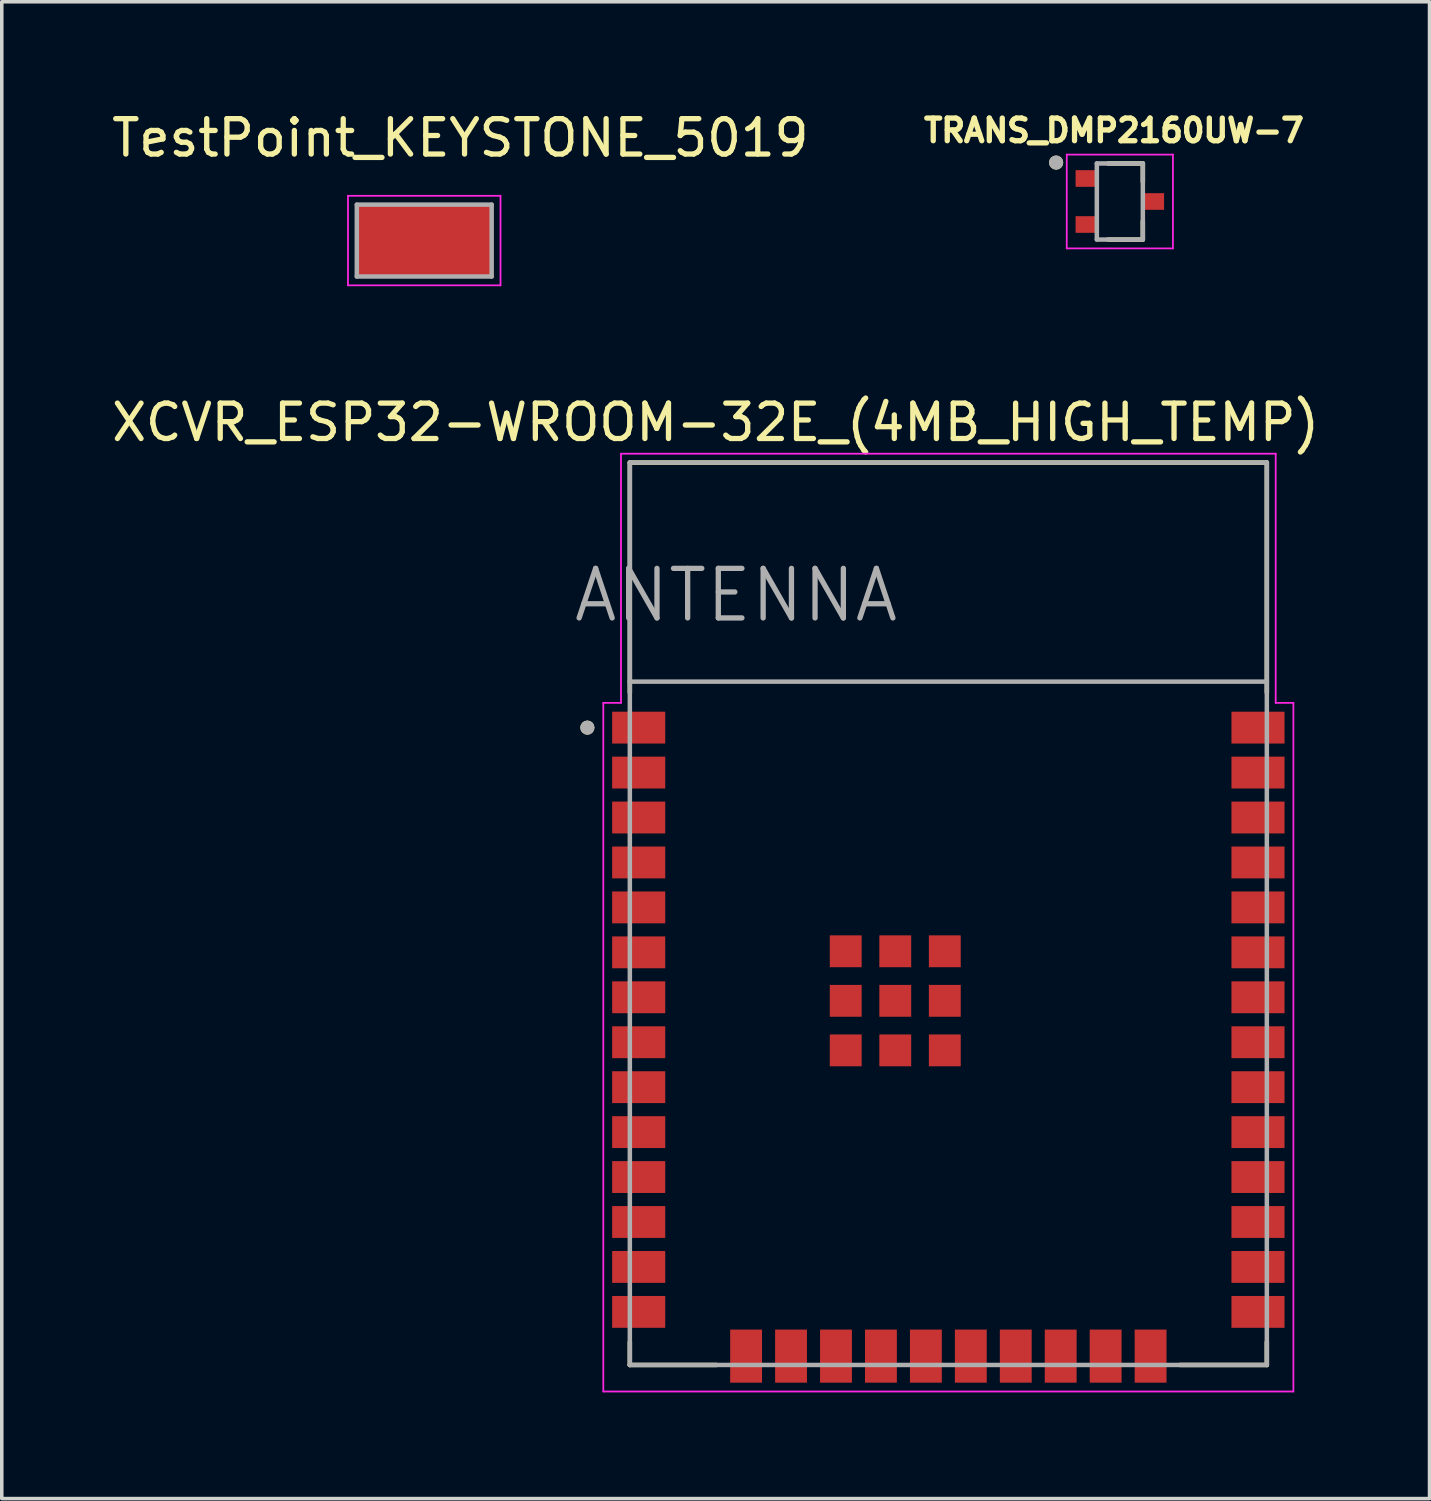
<source format=kicad_pcb>
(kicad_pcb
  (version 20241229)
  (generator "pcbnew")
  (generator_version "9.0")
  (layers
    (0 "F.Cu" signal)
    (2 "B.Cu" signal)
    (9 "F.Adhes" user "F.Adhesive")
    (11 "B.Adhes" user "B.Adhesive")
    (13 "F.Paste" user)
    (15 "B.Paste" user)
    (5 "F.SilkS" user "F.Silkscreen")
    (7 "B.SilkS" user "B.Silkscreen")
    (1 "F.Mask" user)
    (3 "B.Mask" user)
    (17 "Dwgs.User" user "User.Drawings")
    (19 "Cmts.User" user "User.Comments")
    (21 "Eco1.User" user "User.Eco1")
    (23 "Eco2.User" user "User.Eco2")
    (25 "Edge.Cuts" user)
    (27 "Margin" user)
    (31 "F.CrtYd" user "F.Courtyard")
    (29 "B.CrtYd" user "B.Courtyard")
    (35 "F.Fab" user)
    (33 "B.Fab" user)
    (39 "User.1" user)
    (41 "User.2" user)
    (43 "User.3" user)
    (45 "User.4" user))
  (footprint "TestPoint_KEYSTONE_5019"
    (layer "F.Cu")
    (at 8.938 3.748)
    (property "Reference" "TestPoint_KEYSTONE_5019" (at 1.02 -2.9 0) (layer "F.SilkS") (effects (font (size 1 1) (thickness 0.15))))
    (attr smd)
    (fp_line (start -2.155 -1.265) (end -2.155 1.265) (stroke (width 0.05) (type solid)) (layer "F.CrtYd"))
    (fp_line (start -2.155 1.265) (end 2.155 1.265) (stroke (width 0.05) (type solid)) (layer "F.CrtYd"))
    (fp_line (start 2.155 -1.265) (end -2.155 -1.265) (stroke (width 0.05) (type solid)) (layer "F.CrtYd"))
    (fp_line (start 2.155 1.265) (end 2.155 -1.265) (stroke (width 0.05) (type solid)) (layer "F.CrtYd"))
    (fp_line (start -1.905 -1.015) (end -1.905 1.015) (stroke (width 0.127) (type solid)) (layer "F.Fab"))
    (fp_line (start -1.905 1.015) (end 1.905 1.015) (stroke (width 0.127) (type solid)) (layer "F.Fab"))
    (fp_line (start 1.905 -1.015) (end -1.905 -1.015) (stroke (width 0.127) (type solid)) (layer "F.Fab"))
    (fp_line (start 1.905 1.015) (end 1.905 -1.015) (stroke (width 0.127) (type solid)) (layer "F.Fab"))
    (pad "TP" smd rect (at 0 0) (size 3.8 2.03) (layers "F.Cu" "F.Mask" "F.Paste")))
  (footprint "TRANS_DMP2160UW-7"
    (layer "F.Cu")
    (at 28.594 2.644)
    (property "Reference" "TRANS_DMP2160UW-7" (at -0.168 -2.006 0) (layer "F.SilkS") (effects (font (size 0.64 0.64) (thickness 0.15))))
    (attr smd)
    (fp_line (start 0.65 -1.075) (end -0.33 -1.075) (stroke (width 0.127) (type solid)) (layer "F.SilkS"))
    (fp_line (start 0.65 -0.555) (end 0.65 -1.075) (stroke (width 0.127) (type solid)) (layer "F.SilkS"))
    (fp_line (start 0.65 0.555) (end 0.65 1.075) (stroke (width 0.127) (type solid)) (layer "F.SilkS"))
    (fp_line (start 0.65 1.075) (end -0.33 1.075) (stroke (width 0.127) (type solid)) (layer "F.SilkS"))
    (fp_circle (center -1.8 -1.1) (end -1.7 -1.1) (stroke (width 0.2) (type solid)) (fill no) (layer "F.SilkS"))
    (fp_line (start -1.5 -1.325) (end 1.5 -1.325) (stroke (width 0.05) (type solid)) (layer "F.CrtYd"))
    (fp_line (start -1.5 1.325) (end -1.5 -1.325) (stroke (width 0.05) (type solid)) (layer "F.CrtYd"))
    (fp_line (start 1.5 -1.325) (end 1.5 1.325) (stroke (width 0.05) (type solid)) (layer "F.CrtYd"))
    (fp_line (start 1.5 1.325) (end -1.5 1.325) (stroke (width 0.05) (type solid)) (layer "F.CrtYd"))
    (fp_line (start -0.65 -1.075) (end -0.65 1.075) (stroke (width 0.127) (type solid)) (layer "F.Fab"))
    (fp_line (start -0.65 1.075) (end 0.65 1.075) (stroke (width 0.127) (type solid)) (layer "F.Fab"))
    (fp_line (start 0.65 -1.075) (end -0.65 -1.075) (stroke (width 0.127) (type solid)) (layer "F.Fab"))
    (fp_line (start 0.65 1.075) (end 0.65 -1.075) (stroke (width 0.127) (type solid)) (layer "F.Fab"))
    (fp_circle (center -1.8 -1.1) (end -1.7 -1.1) (stroke (width 0.2) (type solid)) (fill no) (layer "F.Fab"))
    (pad "1" smd rect (at -0.95 -0.65) (size 0.6 0.47) (layers "F.Cu" "F.Mask" "F.Paste"))
    (pad "2" smd rect (at -0.95 0.65) (size 0.6 0.47) (layers "F.Cu" "F.Mask" "F.Paste"))
    (pad "3" smd rect (at 0.95 0) (size 0.6 0.47) (layers "F.Cu" "F.Mask" "F.Paste")))
  (footprint "XCVR_ESP32-WROOM-32E_(4MB_HIGH_TEMP)"
    (layer "F.Cu")
    (at 23.748 22.771)
    (property "Reference" "XCVR_ESP32-WROOM-32E_(4MB_HIGH_TEMP)" (at -6.575 -13.885 0) (layer "F.SilkS") (effects (font (size 1 1) (thickness 0.15))))
    (attr smd)
    (fp_line (start -9 -12.75) (end 9 -12.75) (stroke (width 0.127) (type solid)) (layer "F.SilkS"))
    (fp_line (start -9 -6.25) (end -9 -12.75) (stroke (width 0.127) (type solid)) (layer "F.SilkS"))
    (fp_line (start -9 12.1) (end -9 12.75) (stroke (width 0.127) (type solid)) (layer "F.SilkS"))
    (fp_line (start -9 12.75) (end -6.55 12.75) (stroke (width 0.127) (type solid)) (layer "F.SilkS"))
    (fp_line (start 6.55 12.75) (end 9 12.75) (stroke (width 0.127) (type solid)) (layer "F.SilkS"))
    (fp_line (start 9 -12.75) (end 9 -6.25) (stroke (width 0.127) (type solid)) (layer "F.SilkS"))
    (fp_line (start 9 12.75) (end 9 12.1) (stroke (width 0.127) (type solid)) (layer "F.SilkS"))
    (fp_circle (center -10.2 -5.26) (end -10.1 -5.26) (stroke (width 0.2) (type solid)) (fill no) (layer "F.SilkS"))
    (fp_line (start -9.75 -5.96) (end -9.25 -5.96) (stroke (width 0.05) (type solid)) (layer "F.CrtYd"))
    (fp_line (start -9.75 13.5) (end -9.75 -5.96) (stroke (width 0.05) (type solid)) (layer "F.CrtYd"))
    (fp_line (start -9.25 -13) (end 9.25 -13) (stroke (width 0.05) (type solid)) (layer "F.CrtYd"))
    (fp_line (start -9.25 -5.96) (end -9.25 -13) (stroke (width 0.05) (type solid)) (layer "F.CrtYd"))
    (fp_line (start 9.25 -13) (end 9.25 -5.96) (stroke (width 0.05) (type solid)) (layer "F.CrtYd"))
    (fp_line (start 9.25 -5.96) (end 9.75 -5.96) (stroke (width 0.05) (type solid)) (layer "F.CrtYd"))
    (fp_line (start 9.75 -5.96) (end 9.75 13.5) (stroke (width 0.05) (type solid)) (layer "F.CrtYd"))
    (fp_line (start 9.75 13.5) (end -9.75 13.5) (stroke (width 0.05) (type solid)) (layer "F.CrtYd"))
    (fp_line (start -9 -12.75) (end -9 -6.56) (stroke (width 0.127) (type solid)) (layer "F.Fab"))
    (fp_line (start -9 -12.75) (end 9 -12.75) (stroke (width 0.127) (type solid)) (layer "F.Fab"))
    (fp_line (start -9 -6.56) (end 9 -6.56) (stroke (width 0.127) (type solid)) (layer "F.Fab"))
    (fp_line (start -9 12.75) (end -9 -6.56) (stroke (width 0.127) (type solid)) (layer "F.Fab"))
    (fp_line (start 9 -12.75) (end 9 -6.56) (stroke (width 0.127) (type solid)) (layer "F.Fab"))
    (fp_line (start 9 -6.56) (end 9 12.75) (stroke (width 0.127) (type solid)) (layer "F.Fab"))
    (fp_line (start 9 12.75) (end -9 12.75) (stroke (width 0.127) (type solid)) (layer "F.Fab"))
    (fp_circle (center -10.2 -5.26) (end -10.1 -5.26) (stroke (width 0.2) (type solid)) (fill no) (layer "F.Fab"))
    (fp_text user "ANTENNA" (at -6 -9 0) (layer "F.Fab") (effects (font (size 1.4 1.4) (thickness 0.15))))
    (pad "1" smd rect (at -8.75 -5.26) (size 1.5 0.9) (layers "F.Cu" "F.Mask" "F.Paste"))
    (pad "2" smd rect (at -8.75 -3.99) (size 1.5 0.9) (layers "F.Cu" "F.Mask" "F.Paste"))
    (pad "3" smd rect (at -8.75 -2.72) (size 1.5 0.9) (layers "F.Cu" "F.Mask" "F.Paste"))
    (pad "4" smd rect (at -8.75 -1.45) (size 1.5 0.9) (layers "F.Cu" "F.Mask" "F.Paste"))
    (pad "5" smd rect (at -8.75 -0.18) (size 1.5 0.9) (layers "F.Cu" "F.Mask" "F.Paste"))
    (pad "6" smd rect (at -8.75 1.09) (size 1.5 0.9) (layers "F.Cu" "F.Mask" "F.Paste"))
    (pad "7" smd rect (at -8.75 2.36) (size 1.5 0.9) (layers "F.Cu" "F.Mask" "F.Paste"))
    (pad "8" smd rect (at -8.75 3.63) (size 1.5 0.9) (layers "F.Cu" "F.Mask" "F.Paste"))
    (pad "9" smd rect (at -8.75 4.9) (size 1.5 0.9) (layers "F.Cu" "F.Mask" "F.Paste"))
    (pad "10" smd rect (at -8.75 6.17) (size 1.5 0.9) (layers "F.Cu" "F.Mask" "F.Paste"))
    (pad "11" smd rect (at -8.75 7.44) (size 1.5 0.9) (layers "F.Cu" "F.Mask" "F.Paste"))
    (pad "12" smd rect (at -8.75 8.71) (size 1.5 0.9) (layers "F.Cu" "F.Mask" "F.Paste"))
    (pad "13" smd rect (at -8.75 9.98) (size 1.5 0.9) (layers "F.Cu" "F.Mask" "F.Paste"))
    (pad "14" smd rect (at -8.75 11.25) (size 1.5 0.9) (layers "F.Cu" "F.Mask" "F.Paste"))
    (pad "15" smd rect (at -5.715 12.5) (size 0.9 1.5) (layers "F.Cu" "F.Mask" "F.Paste"))
    (pad "16" smd rect (at -4.445 12.5) (size 0.9 1.5) (layers "F.Cu" "F.Mask" "F.Paste"))
    (pad "17" smd rect (at -3.175 12.5) (size 0.9 1.5) (layers "F.Cu" "F.Mask" "F.Paste"))
    (pad "18" smd rect (at -1.905 12.5) (size 0.9 1.5) (layers "F.Cu" "F.Mask" "F.Paste"))
    (pad "19" smd rect (at -0.635 12.5) (size 0.9 1.5) (layers "F.Cu" "F.Mask" "F.Paste"))
    (pad "20" smd rect (at 0.635 12.5) (size 0.9 1.5) (layers "F.Cu" "F.Mask" "F.Paste"))
    (pad "21" smd rect (at 1.905 12.5) (size 0.9 1.5) (layers "F.Cu" "F.Mask" "F.Paste"))
    (pad "22" smd rect (at 3.175 12.5) (size 0.9 1.5) (layers "F.Cu" "F.Mask" "F.Paste"))
    (pad "23" smd rect (at 4.445 12.5) (size 0.9 1.5) (layers "F.Cu" "F.Mask" "F.Paste"))
    (pad "24" smd rect (at 5.715 12.5) (size 0.9 1.5) (layers "F.Cu" "F.Mask" "F.Paste"))
    (pad "25" smd rect (at 8.75 11.25) (size 1.5 0.9) (layers "F.Cu" "F.Mask" "F.Paste"))
    (pad "26" smd rect (at 8.75 9.98) (size 1.5 0.9) (layers "F.Cu" "F.Mask" "F.Paste"))
    (pad "27" smd rect (at 8.75 8.71) (size 1.5 0.9) (layers "F.Cu" "F.Mask" "F.Paste"))
    (pad "28" smd rect (at 8.75 7.44) (size 1.5 0.9) (layers "F.Cu" "F.Mask" "F.Paste"))
    (pad "29" smd rect (at 8.75 6.17) (size 1.5 0.9) (layers "F.Cu" "F.Mask" "F.Paste"))
    (pad "30" smd rect (at 8.75 4.9) (size 1.5 0.9) (layers "F.Cu" "F.Mask" "F.Paste"))
    (pad "31" smd rect (at 8.75 3.63) (size 1.5 0.9) (layers "F.Cu" "F.Mask" "F.Paste"))
    (pad "32" smd rect (at 8.75 2.36) (size 1.5 0.9) (layers "F.Cu" "F.Mask" "F.Paste"))
    (pad "33" smd rect (at 8.75 1.09) (size 1.5 0.9) (layers "F.Cu" "F.Mask" "F.Paste"))
    (pad "34" smd rect (at 8.75 -0.18) (size 1.5 0.9) (layers "F.Cu" "F.Mask" "F.Paste"))
    (pad "35" smd rect (at 8.75 -1.45) (size 1.5 0.9) (layers "F.Cu" "F.Mask" "F.Paste"))
    (pad "36" smd rect (at 8.75 -2.72) (size 1.5 0.9) (layers "F.Cu" "F.Mask" "F.Paste"))
    (pad "37" smd rect (at 8.75 -3.99) (size 1.5 0.9) (layers "F.Cu" "F.Mask" "F.Paste"))
    (pad "38" smd rect (at 8.75 -5.26) (size 1.5 0.9) (layers "F.Cu" "F.Mask" "F.Paste"))
    (pad "39_1" smd rect (at -2.9 1.06) (size 0.9 0.9) (layers "F.Cu" "F.Mask" "F.Paste"))
    (pad "39_2" smd rect (at -1.5 1.06) (size 0.9 0.9) (layers "F.Cu" "F.Mask" "F.Paste"))
    (pad "39_3" smd rect (at -0.1 1.06) (size 0.9 0.9) (layers "F.Cu" "F.Mask" "F.Paste"))
    (pad "39_4" smd rect (at -2.9 2.46) (size 0.9 0.9) (layers "F.Cu" "F.Mask" "F.Paste"))
    (pad "39_5" smd rect (at -1.5 2.46) (size 0.9 0.9) (layers "F.Cu" "F.Mask" "F.Paste"))
    (pad "39_6" smd rect (at -0.1 2.46) (size 0.9 0.9) (layers "F.Cu" "F.Mask" "F.Paste"))
    (pad "39_7" smd rect (at -2.9 3.86) (size 0.9 0.9) (layers "F.Cu" "F.Mask" "F.Paste"))
    (pad "39_8" smd rect (at -1.5 3.86) (size 0.9 0.9) (layers "F.Cu" "F.Mask" "F.Paste"))
    (pad "39_9" smd rect (at -0.1 3.86) (size 0.9 0.9) (layers "F.Cu" "F.Mask" "F.Paste"))
    (zone (net_name "") (layer "F.Cu") (hatch full 0.508) (connect_pads) (min_thickness 0.01) (filled_areas_thickness no) (keepout (tracks not_allowed) (vias not_allowed) (pads not_allowed) (copperpour not_allowed) (footprints allowed)) (placement (enabled no)) (fill) (polygon (pts (xy 14.748 10.021) (xy 32.748 10.021) (xy 32.748 16.212) (xy 14.748 16.212))))
    (zone (net_name "") (layers "F.Cu" "B.Cu") (hatch full 0.508) (connect_pads) (min_thickness 0.01) (filled_areas_thickness no) (keepout (tracks allowed) (vias not_allowed) (pads allowed) (copperpour allowed) (footprints allowed)) (placement (enabled no)) (fill) (polygon (pts (xy 14.748 10.021) (xy 32.748 10.021) (xy 32.748 16.212) (xy 14.748 16.212)))))
  (gr_rect
    (start -3 -3)
    (end 37.345 39.297)
    (stroke (width 0.1) (type default))
    (fill no)
    (layer "Edge.Cuts")))
</source>
